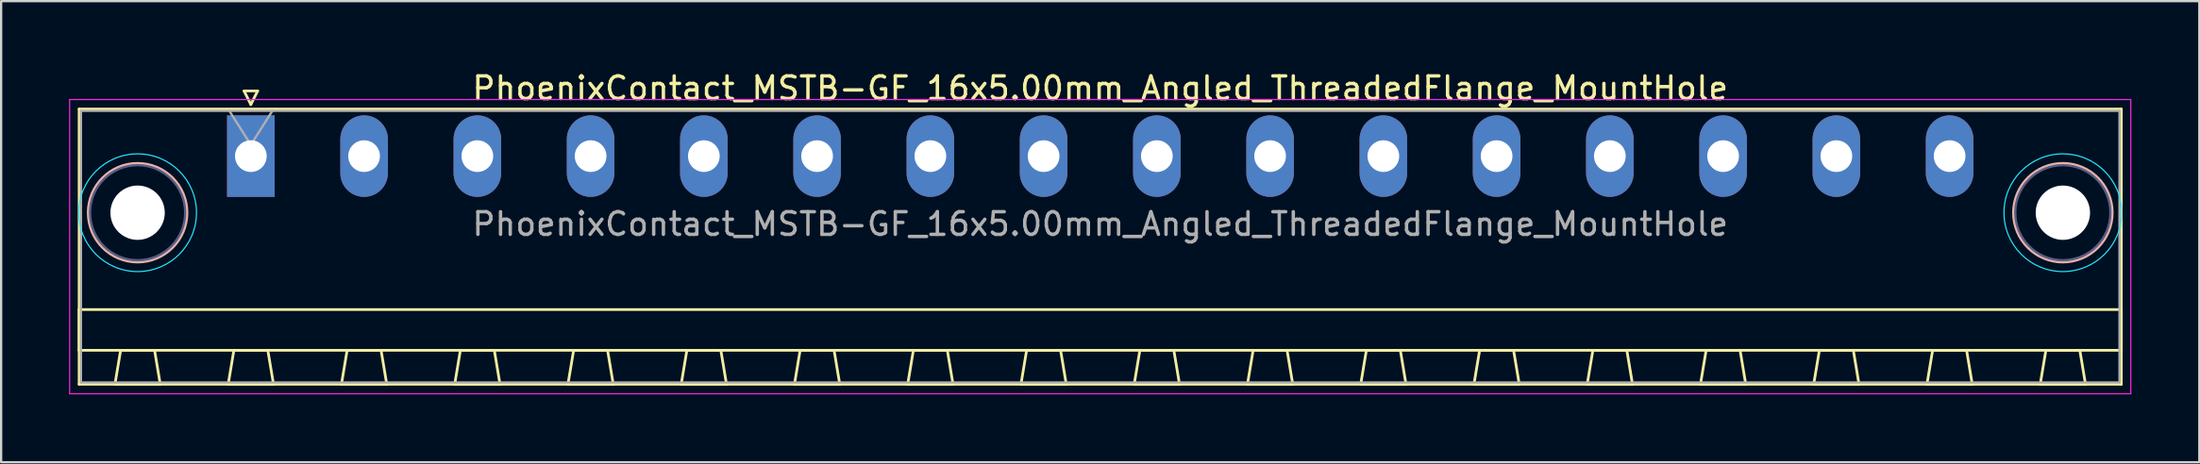
<source format=kicad_pcb>
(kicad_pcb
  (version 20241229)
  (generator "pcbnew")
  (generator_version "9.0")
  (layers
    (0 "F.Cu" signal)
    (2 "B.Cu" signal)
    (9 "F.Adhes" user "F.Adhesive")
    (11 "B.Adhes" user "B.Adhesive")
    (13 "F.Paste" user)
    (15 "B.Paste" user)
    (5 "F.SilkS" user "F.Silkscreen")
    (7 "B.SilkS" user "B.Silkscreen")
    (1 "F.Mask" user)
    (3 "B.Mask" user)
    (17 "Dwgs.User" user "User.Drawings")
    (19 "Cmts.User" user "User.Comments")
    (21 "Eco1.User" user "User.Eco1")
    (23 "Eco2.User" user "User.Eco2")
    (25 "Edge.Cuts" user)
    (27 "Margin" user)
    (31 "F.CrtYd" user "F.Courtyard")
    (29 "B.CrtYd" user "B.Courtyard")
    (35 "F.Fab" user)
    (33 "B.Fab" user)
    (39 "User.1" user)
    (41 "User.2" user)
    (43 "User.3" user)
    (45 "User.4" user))
  (footprint "PhoenixContact_MSTB-GF_16x5.00mm_Angled_ThreadedFlange_MountHole"
    (layer "F.Cu")
    (at 8.025 3.848)
    (property "Reference" "PhoenixContact_MSTB-GF_16x5.00mm_Angled_ThreadedFlange_MountHole" (at 37.5 -3 0) (layer "F.SilkS") (effects (font (size 1 1) (thickness 0.15))))
    (attr through_hole)
    (fp_line (start -7.58 -2.08) (end -7.58 10.08) (stroke (width 0.12) (type solid)) (layer "F.SilkS"))
    (fp_line (start -7.58 6.78) (end 82.58 6.78) (stroke (width 0.12) (type solid)) (layer "F.SilkS"))
    (fp_line (start -7.58 8.58) (end -7.58 6.78) (stroke (width 0.12) (type solid)) (layer "F.SilkS"))
    (fp_line (start -7.58 10.08) (end 82.58 10.08) (stroke (width 0.12) (type solid)) (layer "F.SilkS"))
    (fp_line (start -6 10.08) (end -4 10.08) (stroke (width 0.12) (type solid)) (layer "F.SilkS"))
    (fp_line (start -5.75 8.58) (end -6 10.08) (stroke (width 0.12) (type solid)) (layer "F.SilkS"))
    (fp_line (start -4.25 8.58) (end -5.75 8.58) (stroke (width 0.12) (type solid)) (layer "F.SilkS"))
    (fp_line (start -4 10.08) (end -4.25 8.58) (stroke (width 0.12) (type solid)) (layer "F.SilkS"))
    (fp_line (start -1 10.08) (end 1 10.08) (stroke (width 0.12) (type solid)) (layer "F.SilkS"))
    (fp_line (start -0.75 8.58) (end -1 10.08) (stroke (width 0.12) (type solid)) (layer "F.SilkS"))
    (fp_line (start -0.3 -2.88) (end 0.3 -2.88) (stroke (width 0.12) (type solid)) (layer "F.SilkS"))
    (fp_line (start 0 -2.28) (end -0.3 -2.88) (stroke (width 0.12) (type solid)) (layer "F.SilkS"))
    (fp_line (start 0.3 -2.88) (end 0 -2.28) (stroke (width 0.12) (type solid)) (layer "F.SilkS"))
    (fp_line (start 0.75 8.58) (end -0.75 8.58) (stroke (width 0.12) (type solid)) (layer "F.SilkS"))
    (fp_line (start 1 10.08) (end 0.75 8.58) (stroke (width 0.12) (type solid)) (layer "F.SilkS"))
    (fp_line (start 4 10.08) (end 6 10.08) (stroke (width 0.12) (type solid)) (layer "F.SilkS"))
    (fp_line (start 4.25 8.58) (end 4 10.08) (stroke (width 0.12) (type solid)) (layer "F.SilkS"))
    (fp_line (start 5.75 8.58) (end 4.25 8.58) (stroke (width 0.12) (type solid)) (layer "F.SilkS"))
    (fp_line (start 6 10.08) (end 5.75 8.58) (stroke (width 0.12) (type solid)) (layer "F.SilkS"))
    (fp_line (start 9 10.08) (end 11 10.08) (stroke (width 0.12) (type solid)) (layer "F.SilkS"))
    (fp_line (start 9.25 8.58) (end 9 10.08) (stroke (width 0.12) (type solid)) (layer "F.SilkS"))
    (fp_line (start 10.75 8.58) (end 9.25 8.58) (stroke (width 0.12) (type solid)) (layer "F.SilkS"))
    (fp_line (start 11 10.08) (end 10.75 8.58) (stroke (width 0.12) (type solid)) (layer "F.SilkS"))
    (fp_line (start 14 10.08) (end 16 10.08) (stroke (width 0.12) (type solid)) (layer "F.SilkS"))
    (fp_line (start 14.25 8.58) (end 14 10.08) (stroke (width 0.12) (type solid)) (layer "F.SilkS"))
    (fp_line (start 15.75 8.58) (end 14.25 8.58) (stroke (width 0.12) (type solid)) (layer "F.SilkS"))
    (fp_line (start 16 10.08) (end 15.75 8.58) (stroke (width 0.12) (type solid)) (layer "F.SilkS"))
    (fp_line (start 19 10.08) (end 21 10.08) (stroke (width 0.12) (type solid)) (layer "F.SilkS"))
    (fp_line (start 19.25 8.58) (end 19 10.08) (stroke (width 0.12) (type solid)) (layer "F.SilkS"))
    (fp_line (start 20.75 8.58) (end 19.25 8.58) (stroke (width 0.12) (type solid)) (layer "F.SilkS"))
    (fp_line (start 21 10.08) (end 20.75 8.58) (stroke (width 0.12) (type solid)) (layer "F.SilkS"))
    (fp_line (start 24 10.08) (end 26 10.08) (stroke (width 0.12) (type solid)) (layer "F.SilkS"))
    (fp_line (start 24.25 8.58) (end 24 10.08) (stroke (width 0.12) (type solid)) (layer "F.SilkS"))
    (fp_line (start 25.75 8.58) (end 24.25 8.58) (stroke (width 0.12) (type solid)) (layer "F.SilkS"))
    (fp_line (start 26 10.08) (end 25.75 8.58) (stroke (width 0.12) (type solid)) (layer "F.SilkS"))
    (fp_line (start 29 10.08) (end 31 10.08) (stroke (width 0.12) (type solid)) (layer "F.SilkS"))
    (fp_line (start 29.25 8.58) (end 29 10.08) (stroke (width 0.12) (type solid)) (layer "F.SilkS"))
    (fp_line (start 30.75 8.58) (end 29.25 8.58) (stroke (width 0.12) (type solid)) (layer "F.SilkS"))
    (fp_line (start 31 10.08) (end 30.75 8.58) (stroke (width 0.12) (type solid)) (layer "F.SilkS"))
    (fp_line (start 34 10.08) (end 36 10.08) (stroke (width 0.12) (type solid)) (layer "F.SilkS"))
    (fp_line (start 34.25 8.58) (end 34 10.08) (stroke (width 0.12) (type solid)) (layer "F.SilkS"))
    (fp_line (start 35.75 8.58) (end 34.25 8.58) (stroke (width 0.12) (type solid)) (layer "F.SilkS"))
    (fp_line (start 36 10.08) (end 35.75 8.58) (stroke (width 0.12) (type solid)) (layer "F.SilkS"))
    (fp_line (start 39 10.08) (end 41 10.08) (stroke (width 0.12) (type solid)) (layer "F.SilkS"))
    (fp_line (start 39.25 8.58) (end 39 10.08) (stroke (width 0.12) (type solid)) (layer "F.SilkS"))
    (fp_line (start 40.75 8.58) (end 39.25 8.58) (stroke (width 0.12) (type solid)) (layer "F.SilkS"))
    (fp_line (start 41 10.08) (end 40.75 8.58) (stroke (width 0.12) (type solid)) (layer "F.SilkS"))
    (fp_line (start 44 10.08) (end 46 10.08) (stroke (width 0.12) (type solid)) (layer "F.SilkS"))
    (fp_line (start 44.25 8.58) (end 44 10.08) (stroke (width 0.12) (type solid)) (layer "F.SilkS"))
    (fp_line (start 45.75 8.58) (end 44.25 8.58) (stroke (width 0.12) (type solid)) (layer "F.SilkS"))
    (fp_line (start 46 10.08) (end 45.75 8.58) (stroke (width 0.12) (type solid)) (layer "F.SilkS"))
    (fp_line (start 49 10.08) (end 51 10.08) (stroke (width 0.12) (type solid)) (layer "F.SilkS"))
    (fp_line (start 49.25 8.58) (end 49 10.08) (stroke (width 0.12) (type solid)) (layer "F.SilkS"))
    (fp_line (start 50.75 8.58) (end 49.25 8.58) (stroke (width 0.12) (type solid)) (layer "F.SilkS"))
    (fp_line (start 51 10.08) (end 50.75 8.58) (stroke (width 0.12) (type solid)) (layer "F.SilkS"))
    (fp_line (start 54 10.08) (end 56 10.08) (stroke (width 0.12) (type solid)) (layer "F.SilkS"))
    (fp_line (start 54.25 8.58) (end 54 10.08) (stroke (width 0.12) (type solid)) (layer "F.SilkS"))
    (fp_line (start 55.75 8.58) (end 54.25 8.58) (stroke (width 0.12) (type solid)) (layer "F.SilkS"))
    (fp_line (start 56 10.08) (end 55.75 8.58) (stroke (width 0.12) (type solid)) (layer "F.SilkS"))
    (fp_line (start 59 10.08) (end 61 10.08) (stroke (width 0.12) (type solid)) (layer "F.SilkS"))
    (fp_line (start 59.25 8.58) (end 59 10.08) (stroke (width 0.12) (type solid)) (layer "F.SilkS"))
    (fp_line (start 60.75 8.58) (end 59.25 8.58) (stroke (width 0.12) (type solid)) (layer "F.SilkS"))
    (fp_line (start 61 10.08) (end 60.75 8.58) (stroke (width 0.12) (type solid)) (layer "F.SilkS"))
    (fp_line (start 64 10.08) (end 66 10.08) (stroke (width 0.12) (type solid)) (layer "F.SilkS"))
    (fp_line (start 64.25 8.58) (end 64 10.08) (stroke (width 0.12) (type solid)) (layer "F.SilkS"))
    (fp_line (start 65.75 8.58) (end 64.25 8.58) (stroke (width 0.12) (type solid)) (layer "F.SilkS"))
    (fp_line (start 66 10.08) (end 65.75 8.58) (stroke (width 0.12) (type solid)) (layer "F.SilkS"))
    (fp_line (start 69 10.08) (end 71 10.08) (stroke (width 0.12) (type solid)) (layer "F.SilkS"))
    (fp_line (start 69.25 8.58) (end 69 10.08) (stroke (width 0.12) (type solid)) (layer "F.SilkS"))
    (fp_line (start 70.75 8.58) (end 69.25 8.58) (stroke (width 0.12) (type solid)) (layer "F.SilkS"))
    (fp_line (start 71 10.08) (end 70.75 8.58) (stroke (width 0.12) (type solid)) (layer "F.SilkS"))
    (fp_line (start 74 10.08) (end 76 10.08) (stroke (width 0.12) (type solid)) (layer "F.SilkS"))
    (fp_line (start 74.25 8.58) (end 74 10.08) (stroke (width 0.12) (type solid)) (layer "F.SilkS"))
    (fp_line (start 75.75 8.58) (end 74.25 8.58) (stroke (width 0.12) (type solid)) (layer "F.SilkS"))
    (fp_line (start 76 10.08) (end 75.75 8.58) (stroke (width 0.12) (type solid)) (layer "F.SilkS"))
    (fp_line (start 79 10.08) (end 81 10.08) (stroke (width 0.12) (type solid)) (layer "F.SilkS"))
    (fp_line (start 79.25 8.58) (end 79 10.08) (stroke (width 0.12) (type solid)) (layer "F.SilkS"))
    (fp_line (start 80.75 8.58) (end 79.25 8.58) (stroke (width 0.12) (type solid)) (layer "F.SilkS"))
    (fp_line (start 81 10.08) (end 80.75 8.58) (stroke (width 0.12) (type solid)) (layer "F.SilkS"))
    (fp_line (start 82.58 -2.08) (end -7.58 -2.08) (stroke (width 0.12) (type solid)) (layer "F.SilkS"))
    (fp_line (start 82.58 6.78) (end 82.58 8.58) (stroke (width 0.12) (type solid)) (layer "F.SilkS"))
    (fp_line (start 82.58 8.58) (end -7.58 8.58) (stroke (width 0.12) (type solid)) (layer "F.SilkS"))
    (fp_line (start 82.58 10.08) (end 82.58 -2.08) (stroke (width 0.12) (type solid)) (layer "F.SilkS"))
    (fp_circle (center -5 2.5) (end -2.82 2.5) (stroke (width 0.12) (type solid)) (fill no) (layer "B.SilkS"))
    (fp_circle (center 80 2.5) (end 82.18 2.5) (stroke (width 0.12) (type solid)) (fill no) (layer "B.SilkS"))
    (fp_circle (center -5 2.5) (end -2.4 2.5) (stroke (width 0.05) (type solid)) (fill no) (layer "B.CrtYd"))
    (fp_circle (center 80 2.5) (end 82.6 2.5) (stroke (width 0.05) (type solid)) (fill no) (layer "B.CrtYd"))
    (fp_line (start -8 -2.5) (end -8 10.5) (stroke (width 0.05) (type solid)) (layer "F.CrtYd"))
    (fp_line (start -8 10.5) (end 83 10.5) (stroke (width 0.05) (type solid)) (layer "F.CrtYd"))
    (fp_line (start 83 -2.5) (end -8 -2.5) (stroke (width 0.05) (type solid)) (layer "F.CrtYd"))
    (fp_line (start 83 10.5) (end 83 -2.5) (stroke (width 0.05) (type solid)) (layer "F.CrtYd"))
    (fp_circle (center -5 2.5) (end -2.9 2.5) (stroke (width 0.1) (type solid)) (fill no) (layer "B.Fab"))
    (fp_circle (center 80 2.5) (end 82.1 2.5) (stroke (width 0.1) (type solid)) (fill no) (layer "B.Fab"))
    (fp_line (start -7.5 -2) (end -7.5 10) (stroke (width 0.1) (type solid)) (layer "F.Fab"))
    (fp_line (start -7.5 10) (end 82.5 10) (stroke (width 0.1) (type solid)) (layer "F.Fab"))
    (fp_line (start 0 -0.5) (end -0.95 -2) (stroke (width 0.1) (type solid)) (layer "F.Fab"))
    (fp_line (start 0.95 -2) (end 0 -0.5) (stroke (width 0.1) (type solid)) (layer "F.Fab"))
    (fp_line (start 82.5 -2) (end -7.5 -2) (stroke (width 0.1) (type solid)) (layer "F.Fab"))
    (fp_line (start 82.5 10) (end 82.5 -2) (stroke (width 0.1) (type solid)) (layer "F.Fab"))
    (fp_text user "${REFERENCE}" (at 37.5 3 0) (layer "F.Fab") (effects (font (size 1 1) (thickness 0.15))))
    (pad "" np_thru_hole circle (at -5 2.5) (size 2.4 2.4) (drill 2.4) (layers "*.Cu" "*.Mask"))
    (pad "" np_thru_hole circle (at 80 2.5) (size 2.4 2.4) (drill 2.4) (layers "*.Cu" "*.Mask"))
    (pad "1" thru_hole rect (at 0 0) (size 2.1 3.6) (drill 1.4) (layers "*.Cu" "*.Mask"))
    (pad "2" thru_hole oval (at 5 0) (size 2.1 3.6) (drill 1.4) (layers "*.Cu" "*.Mask"))
    (pad "3" thru_hole oval (at 10 0) (size 2.1 3.6) (drill 1.4) (layers "*.Cu" "*.Mask"))
    (pad "4" thru_hole oval (at 15 0) (size 2.1 3.6) (drill 1.4) (layers "*.Cu" "*.Mask"))
    (pad "5" thru_hole oval (at 20 0) (size 2.1 3.6) (drill 1.4) (layers "*.Cu" "*.Mask"))
    (pad "6" thru_hole oval (at 25 0) (size 2.1 3.6) (drill 1.4) (layers "*.Cu" "*.Mask"))
    (pad "7" thru_hole oval (at 30 0) (size 2.1 3.6) (drill 1.4) (layers "*.Cu" "*.Mask"))
    (pad "8" thru_hole oval (at 35 0) (size 2.1 3.6) (drill 1.4) (layers "*.Cu" "*.Mask"))
    (pad "9" thru_hole oval (at 40 0) (size 2.1 3.6) (drill 1.4) (layers "*.Cu" "*.Mask"))
    (pad "10" thru_hole oval (at 45 0) (size 2.1 3.6) (drill 1.4) (layers "*.Cu" "*.Mask"))
    (pad "11" thru_hole oval (at 50 0) (size 2.1 3.6) (drill 1.4) (layers "*.Cu" "*.Mask"))
    (pad "12" thru_hole oval (at 55 0) (size 2.1 3.6) (drill 1.4) (layers "*.Cu" "*.Mask"))
    (pad "13" thru_hole oval (at 60 0) (size 2.1 3.6) (drill 1.4) (layers "*.Cu" "*.Mask"))
    (pad "14" thru_hole oval (at 65 0) (size 2.1 3.6) (drill 1.4) (layers "*.Cu" "*.Mask"))
    (pad "15" thru_hole oval (at 70 0) (size 2.1 3.6) (drill 1.4) (layers "*.Cu" "*.Mask"))
    (pad "16" thru_hole oval (at 75 0) (size 2.1 3.6) (drill 1.4) (layers "*.Cu" "*.Mask")))
  (gr_rect
    (start -3 -3)
    (end 94.05 17.373)
    (stroke (width 0.1) (type default))
    (fill no)
    (layer "Edge.Cuts")))
</source>
